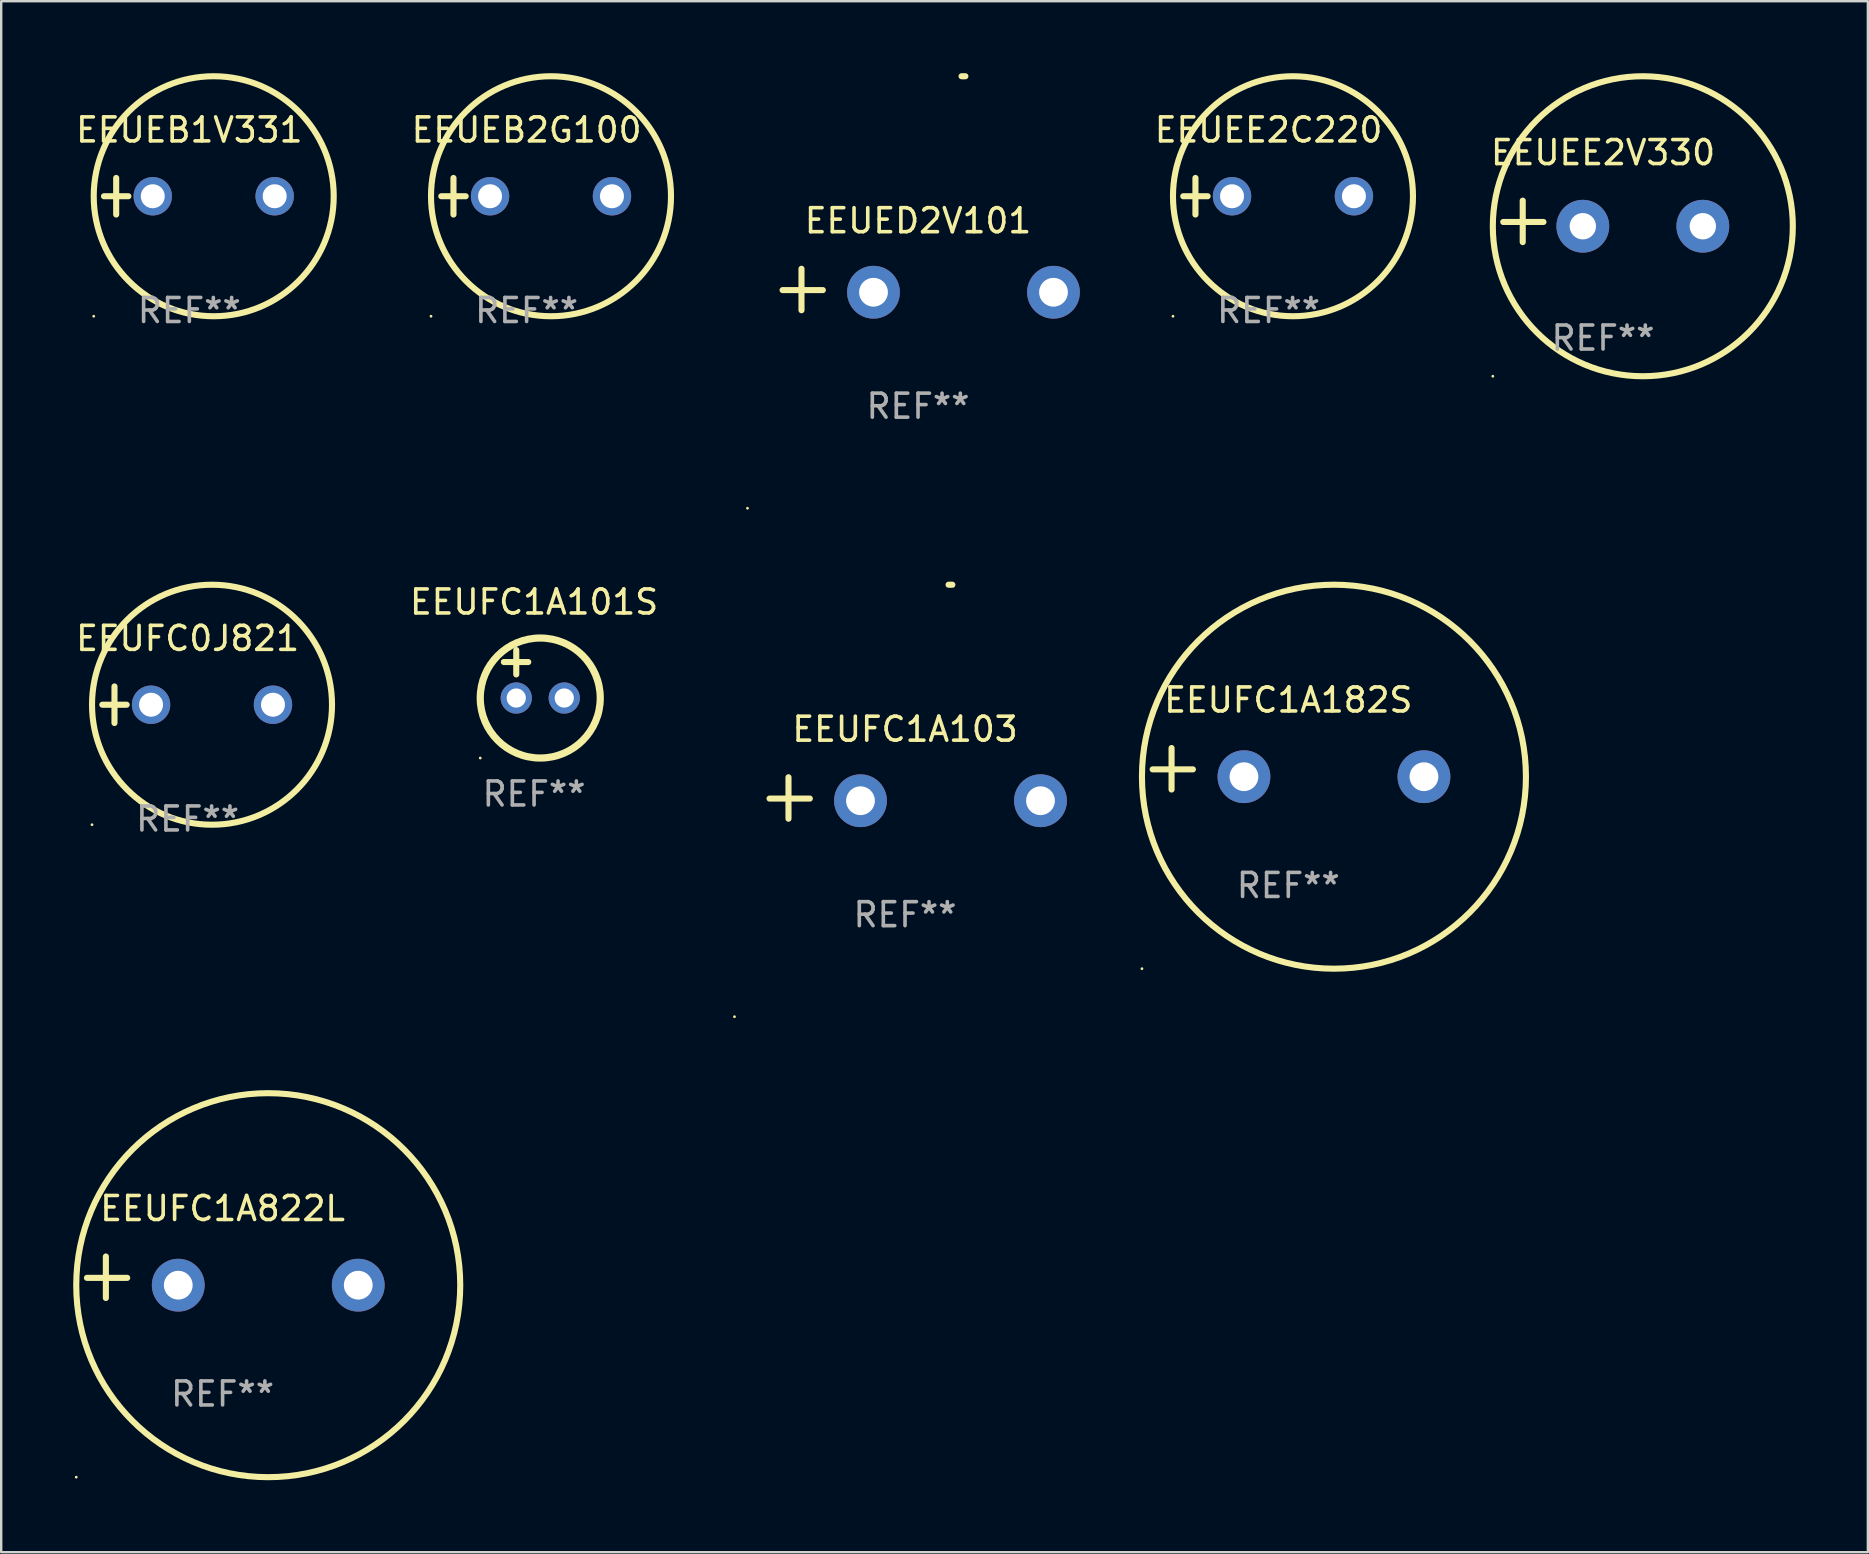
<source format=kicad_pcb>
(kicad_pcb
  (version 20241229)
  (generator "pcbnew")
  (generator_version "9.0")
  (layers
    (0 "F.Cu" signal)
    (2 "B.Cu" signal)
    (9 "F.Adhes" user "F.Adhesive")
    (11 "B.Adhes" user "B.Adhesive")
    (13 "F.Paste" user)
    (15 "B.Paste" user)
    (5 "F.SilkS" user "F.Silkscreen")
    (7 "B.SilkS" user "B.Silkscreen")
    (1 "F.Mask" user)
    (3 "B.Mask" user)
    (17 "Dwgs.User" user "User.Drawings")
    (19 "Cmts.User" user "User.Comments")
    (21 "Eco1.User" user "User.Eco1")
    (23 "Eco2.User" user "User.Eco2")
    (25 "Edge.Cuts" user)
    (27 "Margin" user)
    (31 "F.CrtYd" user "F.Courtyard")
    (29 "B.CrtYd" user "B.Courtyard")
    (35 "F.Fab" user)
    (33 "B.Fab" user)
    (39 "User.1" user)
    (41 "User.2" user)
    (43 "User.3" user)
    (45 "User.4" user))
  (footprint "EEUFC1A101S"
    (layer "F.Cu")
    (at 19.203 25.035)
    (property "Reference" "EEUFC1A101S" (at 0 -3 0) (layer "F.SilkS") (effects (font (size 1 1) (thickness 0.15))))
    (attr through_hole)
    (fp_line (start -1.258 -0.5) (end -0.242 -0.5) (stroke (width 0.254) (type solid)) (layer "F.SilkS"))
    (fp_line (start -0.742 -1) (end -0.742 0.016) (stroke (width 0.254) (type solid)) (layer "F.SilkS"))
    (fp_circle (center -2.242 3.5) (end -2.212 3.5) (stroke (width 0.06) (type solid)) (fill no) (layer "F.SilkS"))
    (fp_circle (center 0.258 1) (end 2.758 1) (stroke (width 0.3) (type solid)) (fill no) (layer "F.SilkS"))
    (fp_text user "REF**" (at 0 5 0) (layer "F.Fab") (effects (font (size 1 1) (thickness 0.15))))
    (pad "1" thru_hole circle (at -0.742 1) (size 1.3 1.3) (drill 0.8) (layers "*.Cu" "*.Mask"))
    (pad "2" thru_hole circle (at 1.258 1) (size 1.3 1.3) (drill 0.8) (layers "*.Cu" "*.Mask")))
  (footprint "EEUEE2V330"
    (layer "F.Cu")
    (at 63.744 6.174)
    (property "Reference" "EEUEE2V330" (at 0 -2.864 0) (layer "F.SilkS") (effects (font (size 1 1) (thickness 0.15))))
    (attr through_hole)
    (fp_line (start -3.346 0.864) (end -3.346 -0.864) (stroke (width 0.254) (type solid)) (layer "F.SilkS"))
    (fp_line (start -2.482 0.025) (end -4.158 0.025) (stroke (width 0.254) (type solid)) (layer "F.SilkS"))
    (fp_circle (center -4.592 6.453) (end -4.562 6.453) (stroke (width 0.06) (type solid)) (fill no) (layer "F.SilkS"))
    (fp_circle (center 1.658 0.203) (end 7.908 0.203) (stroke (width 0.254) (type solid)) (fill no) (layer "F.SilkS"))
    (fp_text user "REF**" (at 0 4.864 0) (layer "F.Fab") (effects (font (size 1 1) (thickness 0.15))))
    (pad "1" thru_hole circle (at -0.842 0.203) (size 2.2 2.2) (drill 1.1) (layers "*.Cu" "*.Mask"))
    (pad "2" thru_hole circle (at 4.158 0.203) (size 2.2 2.2) (drill 1.1) (layers "*.Cu" "*.Mask")))
  (footprint "EEUEB2G100"
    (layer "F.Cu")
    (at 18.893 5.127)
    (property "Reference" "EEUEB2G100" (at 0 -2.762 0) (layer "F.SilkS") (effects (font (size 1 1) (thickness 0.15))))
    (attr through_hole)
    (fp_line (start -3.556 0) (end -2.54 0) (stroke (width 0.254) (type solid)) (layer "F.SilkS"))
    (fp_line (start -3.048 -0.762) (end -3.048 0.762) (stroke (width 0.254) (type solid)) (layer "F.SilkS"))
    (fp_circle (center -3.984 5) (end -3.954 5) (stroke (width 0.06) (type solid)) (fill no) (layer "F.SilkS"))
    (fp_circle (center 1.016 0) (end 6.016 0) (stroke (width 0.254) (type solid)) (fill no) (layer "F.SilkS"))
    (fp_text user "REF**" (at 0 4.762 0) (layer "F.Fab") (effects (font (size 1 1) (thickness 0.15))))
    (pad "1" thru_hole circle (at -1.524 0) (size 1.6 1.6) (drill 1) (layers "*.Cu" "*.Mask"))
    (pad "2" thru_hole circle (at 3.556 0) (size 1.6 1.6) (drill 1) (layers "*.Cu" "*.Mask")))
  (footprint "EEUEE2C220"
    (layer "F.Cu")
    (at 49.809 5.127)
    (property "Reference" "EEUEE2C220" (at 0 -2.762 0) (layer "F.SilkS") (effects (font (size 1 1) (thickness 0.15))))
    (attr through_hole)
    (fp_line (start -3.556 0) (end -2.54 0) (stroke (width 0.254) (type solid)) (layer "F.SilkS"))
    (fp_line (start -3.048 -0.762) (end -3.048 0.762) (stroke (width 0.254) (type solid)) (layer "F.SilkS"))
    (fp_circle (center -3.984 5) (end -3.954 5) (stroke (width 0.06) (type solid)) (fill no) (layer "F.SilkS"))
    (fp_circle (center 1.016 0) (end 6.016 0) (stroke (width 0.254) (type solid)) (fill no) (layer "F.SilkS"))
    (fp_text user "REF**" (at 0 4.762 0) (layer "F.Fab") (effects (font (size 1 1) (thickness 0.15))))
    (pad "1" thru_hole circle (at -1.524 0) (size 1.6 1.6) (drill 1) (layers "*.Cu" "*.Mask"))
    (pad "2" thru_hole circle (at 3.556 0) (size 1.6 1.6) (drill 1) (layers "*.Cu" "*.Mask")))
  (footprint "EEUFC1A103"
    (layer "F.Cu")
    (at 34.66 30.2)
    (property "Reference" "EEUFC1A103" (at 0 -2.864 0) (layer "F.SilkS") (effects (font (size 1 1) (thickness 0.15))))
    (attr through_hole)
    (fp_line (start -4.856 0.864) (end -4.856 -0.864) (stroke (width 0.254) (type solid)) (layer "F.SilkS"))
    (fp_line (start -3.967 0.025) (end -5.644 0.025) (stroke (width 0.254) (type solid)) (layer "F.SilkS"))
    (fp_arc (start 1.815024 -8.885649) (mid 1.893764 -8.88599) (end 1.972504 -8.885649) (stroke (width 0.254001) (type solid)) (layer "F.SilkS"))
    (fp_circle (center -7.106 9.114) (end -7.076 9.114) (stroke (width 0.06) (type solid)) (fill no) (layer "F.SilkS"))
    (fp_text user "REF**" (at 0 4.864 0) (layer "F.Fab") (effects (font (size 1 1) (thickness 0.15))))
    (pad "1" thru_hole circle (at -1.856 0.114) (size 2.2 2.2) (drill 1.2) (layers "*.Cu" "*.Mask"))
    (pad "2" thru_hole circle (at 5.644 0.114) (size 2.2 2.2) (drill 1.2) (layers "*.Cu" "*.Mask")))
  (footprint "EEUFC1A182S"
    (layer "F.Cu")
    (at 50.63 28.983)
    (property "Reference" "EEUFC1A182S" (at 0 -2.864 0) (layer "F.SilkS") (effects (font (size 1 1) (thickness 0.15))))
    (attr through_hole)
    (fp_line (start -4.864 0.864) (end -4.864 -0.864) (stroke (width 0.254) (type solid)) (layer "F.SilkS"))
    (fp_line (start -3.975 0.025) (end -5.652 0.025) (stroke (width 0.254) (type solid)) (layer "F.SilkS"))
    (fp_circle (center -6.098 8.33) (end -6.068 8.33) (stroke (width 0.06) (type solid)) (fill no) (layer "F.SilkS"))
    (fp_circle (center 1.902 0.33) (end 9.902 0.33) (stroke (width 0.254) (type solid)) (fill no) (layer "F.SilkS"))
    (fp_text user "REF**" (at 0 4.864 0) (layer "F.Fab") (effects (font (size 1 1) (thickness 0.15))))
    (pad "1" thru_hole circle (at -1.848 0.33) (size 2.2 2.2) (drill 1.2) (layers "*.Cu" "*.Mask"))
    (pad "2" thru_hole circle (at 5.652 0.33) (size 2.2 2.2) (drill 1.2) (layers "*.Cu" "*.Mask")))
  (footprint "EEUEB1V331"
    (layer "F.Cu")
    (at 4.839 5.127)
    (property "Reference" "EEUEB1V331" (at 0 -2.762 0) (layer "F.SilkS") (effects (font (size 1 1) (thickness 0.15))))
    (attr through_hole)
    (fp_line (start -3.556 0) (end -2.54 0) (stroke (width 0.254) (type solid)) (layer "F.SilkS"))
    (fp_line (start -3.048 -0.762) (end -3.048 0.762) (stroke (width 0.254) (type solid)) (layer "F.SilkS"))
    (fp_circle (center -3.984 5) (end -3.954 5) (stroke (width 0.06) (type solid)) (fill no) (layer "F.SilkS"))
    (fp_circle (center 1.016 0) (end 6.016 0) (stroke (width 0.254) (type solid)) (fill no) (layer "F.SilkS"))
    (fp_text user "REF**" (at 0 4.762 0) (layer "F.Fab") (effects (font (size 1 1) (thickness 0.15))))
    (pad "1" thru_hole circle (at -1.524 0) (size 1.6 1.6) (drill 1) (layers "*.Cu" "*.Mask"))
    (pad "2" thru_hole circle (at 3.556 0) (size 1.6 1.6) (drill 1) (layers "*.Cu" "*.Mask")))
  (footprint "EEUED2V101"
    (layer "F.Cu")
    (at 35.202 9.013)
    (property "Reference" "EEUED2V101" (at 0 -2.864 0) (layer "F.SilkS") (effects (font (size 1 1) (thickness 0.15))))
    (attr through_hole)
    (fp_line (start -4.856 0.864) (end -4.856 -0.864) (stroke (width 0.254) (type solid)) (layer "F.SilkS"))
    (fp_line (start -3.967 0.025) (end -5.644 0.025) (stroke (width 0.254) (type solid)) (layer "F.SilkS"))
    (fp_arc (start 1.815024 -8.885649) (mid 1.893764 -8.88599) (end 1.972504 -8.885649) (stroke (width 0.254001) (type solid)) (layer "F.SilkS"))
    (fp_circle (center -7.106 9.114) (end -7.076 9.114) (stroke (width 0.06) (type solid)) (fill no) (layer "F.SilkS"))
    (fp_text user "REF**" (at 0 4.864 0) (layer "F.Fab") (effects (font (size 1 1) (thickness 0.15))))
    (pad "1" thru_hole circle (at -1.856 0.114) (size 2.2 2.2) (drill 1.2) (layers "*.Cu" "*.Mask"))
    (pad "2" thru_hole circle (at 5.644 0.114) (size 2.2 2.2) (drill 1.2) (layers "*.Cu" "*.Mask")))
  (footprint "EEUFC0J821"
    (layer "F.Cu")
    (at 4.768 26.314)
    (property "Reference" "EEUFC0J821" (at 0 -2.762 0) (layer "F.SilkS") (effects (font (size 1 1) (thickness 0.15))))
    (attr through_hole)
    (fp_line (start -3.556 0) (end -2.54 0) (stroke (width 0.254) (type solid)) (layer "F.SilkS"))
    (fp_line (start -3.048 -0.762) (end -3.048 0.762) (stroke (width 0.254) (type solid)) (layer "F.SilkS"))
    (fp_circle (center -3.984 5) (end -3.954 5) (stroke (width 0.06) (type solid)) (fill no) (layer "F.SilkS"))
    (fp_circle (center 1.016 0) (end 6.016 0) (stroke (width 0.254) (type solid)) (fill no) (layer "F.SilkS"))
    (fp_text user "REF**" (at 0 4.762 0) (layer "F.Fab") (effects (font (size 1 1) (thickness 0.15))))
    (pad "1" thru_hole circle (at -1.524 0) (size 1.6 1.6) (drill 1) (layers "*.Cu" "*.Mask"))
    (pad "2" thru_hole circle (at 3.556 0) (size 1.6 1.6) (drill 1) (layers "*.Cu" "*.Mask")))
  (footprint "EEUFC1A822L"
    (layer "F.Cu")
    (at 6.225 50.17)
    (property "Reference" "EEUFC1A822L" (at 0 -2.864 0) (layer "F.SilkS") (effects (font (size 1 1) (thickness 0.15))))
    (attr through_hole)
    (fp_line (start -4.864 0.864) (end -4.864 -0.864) (stroke (width 0.254) (type solid)) (layer "F.SilkS"))
    (fp_line (start -3.975 0.025) (end -5.652 0.025) (stroke (width 0.254) (type solid)) (layer "F.SilkS"))
    (fp_circle (center -6.098 8.33) (end -6.068 8.33) (stroke (width 0.06) (type solid)) (fill no) (layer "F.SilkS"))
    (fp_circle (center 1.902 0.33) (end 9.902 0.33) (stroke (width 0.254) (type solid)) (fill no) (layer "F.SilkS"))
    (fp_text user "REF**" (at 0 4.864 0) (layer "F.Fab") (effects (font (size 1 1) (thickness 0.15))))
    (pad "1" thru_hole circle (at -1.848 0.33) (size 2.2 2.2) (drill 1.2) (layers "*.Cu" "*.Mask"))
    (pad "2" thru_hole circle (at 5.652 0.33) (size 2.2 2.2) (drill 1.2) (layers "*.Cu" "*.Mask")))
  (gr_rect
    (start -3 -3)
    (end 74.779 61.627)
    (stroke (width 0.1) (type default))
    (fill no)
    (layer "Edge.Cuts")))
</source>
